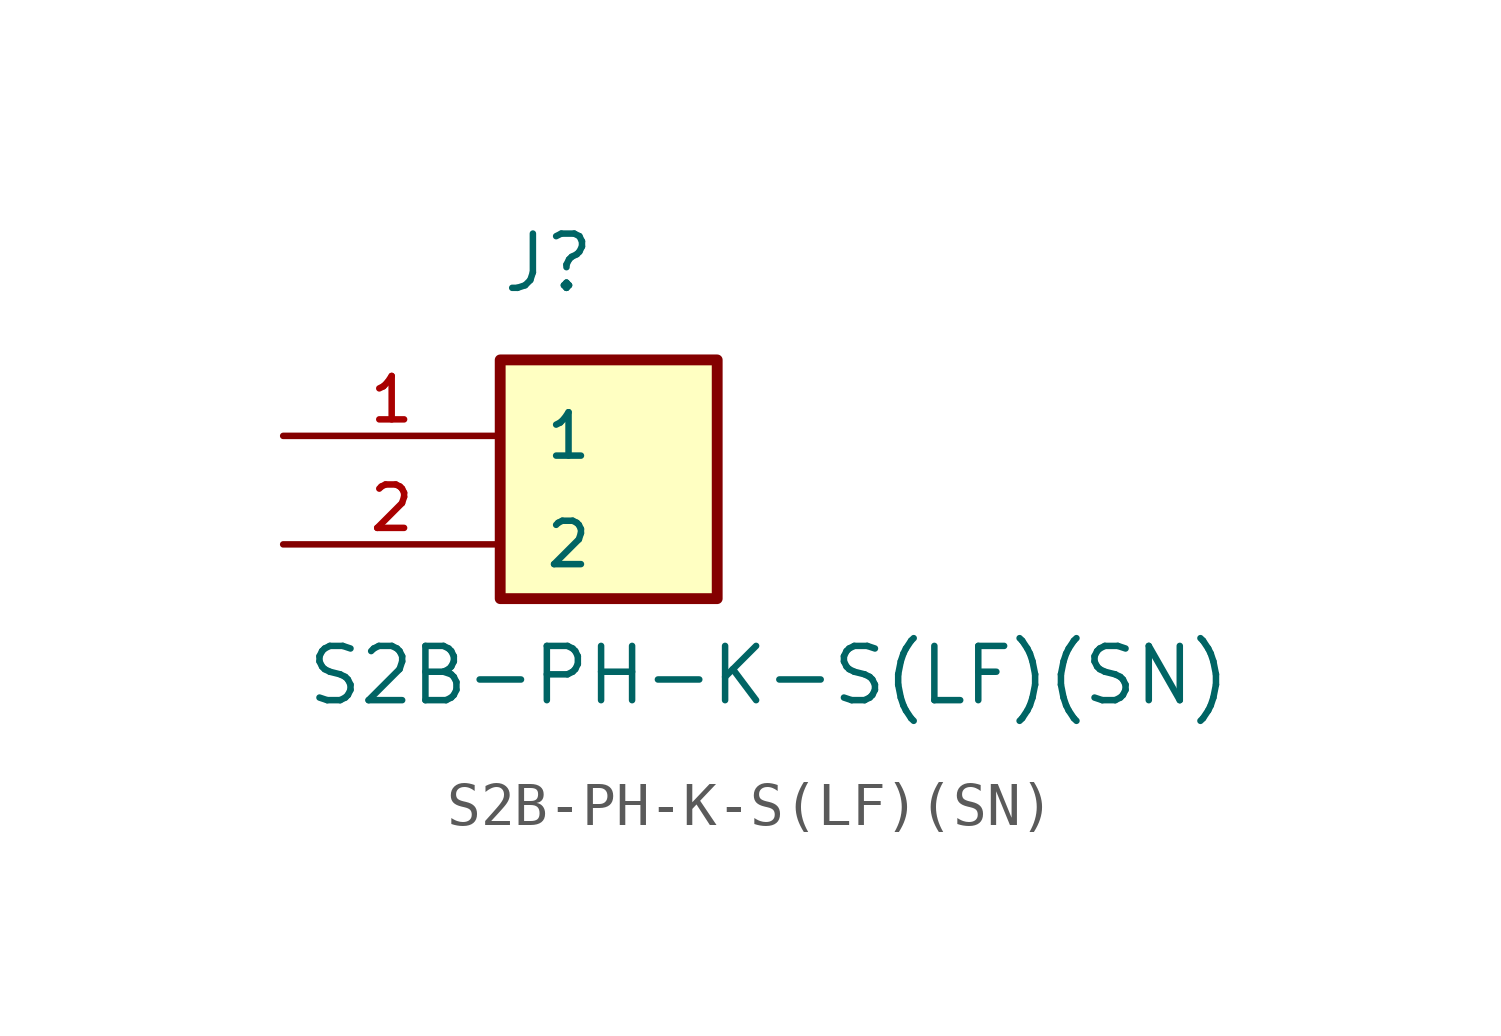
<source format=kicad_sym>
(kicad_symbol_lib
  (version 20211014)
  (generator kicad_symbol_editor)
  (symbol "S2B-PH-K-S(LF)(SN)"
    (pin_names
      (offset 1.016))
    (property "Reference" "J"
      (at -2.286 4.572 0)
      (effects (font (size 1.27 1.27)) (justify left bottom)))
    (property "Value" "S2B-PH-K-S(LF)(SN)"
      (at -6.858 -5.08 0)
      (effects (font (size 1.27 1.27)) (justify left bottom)))
    (symbol "S2B-PH-K-S(LF)(SN)_0_0"
      (rectangle (start -2.286 3.048) (end 2.794 -2.54) (stroke (width 0.254) (type default) (color 0 0 0 0)) (fill (type background)))
      (pin passive line (at -7.366 1.27 0) (length 5.08) (name "1" (effects (font (size 1.016 1.016)))) (number "1" (effects (font (size 1.016 1.016)))))
      (pin passive line (at -7.366 -1.27 0) (length 5.08) (name "2" (effects (font (size 1.016 1.016)))) (number "2" (effects (font (size 1.016 1.016))))))))
</source>
